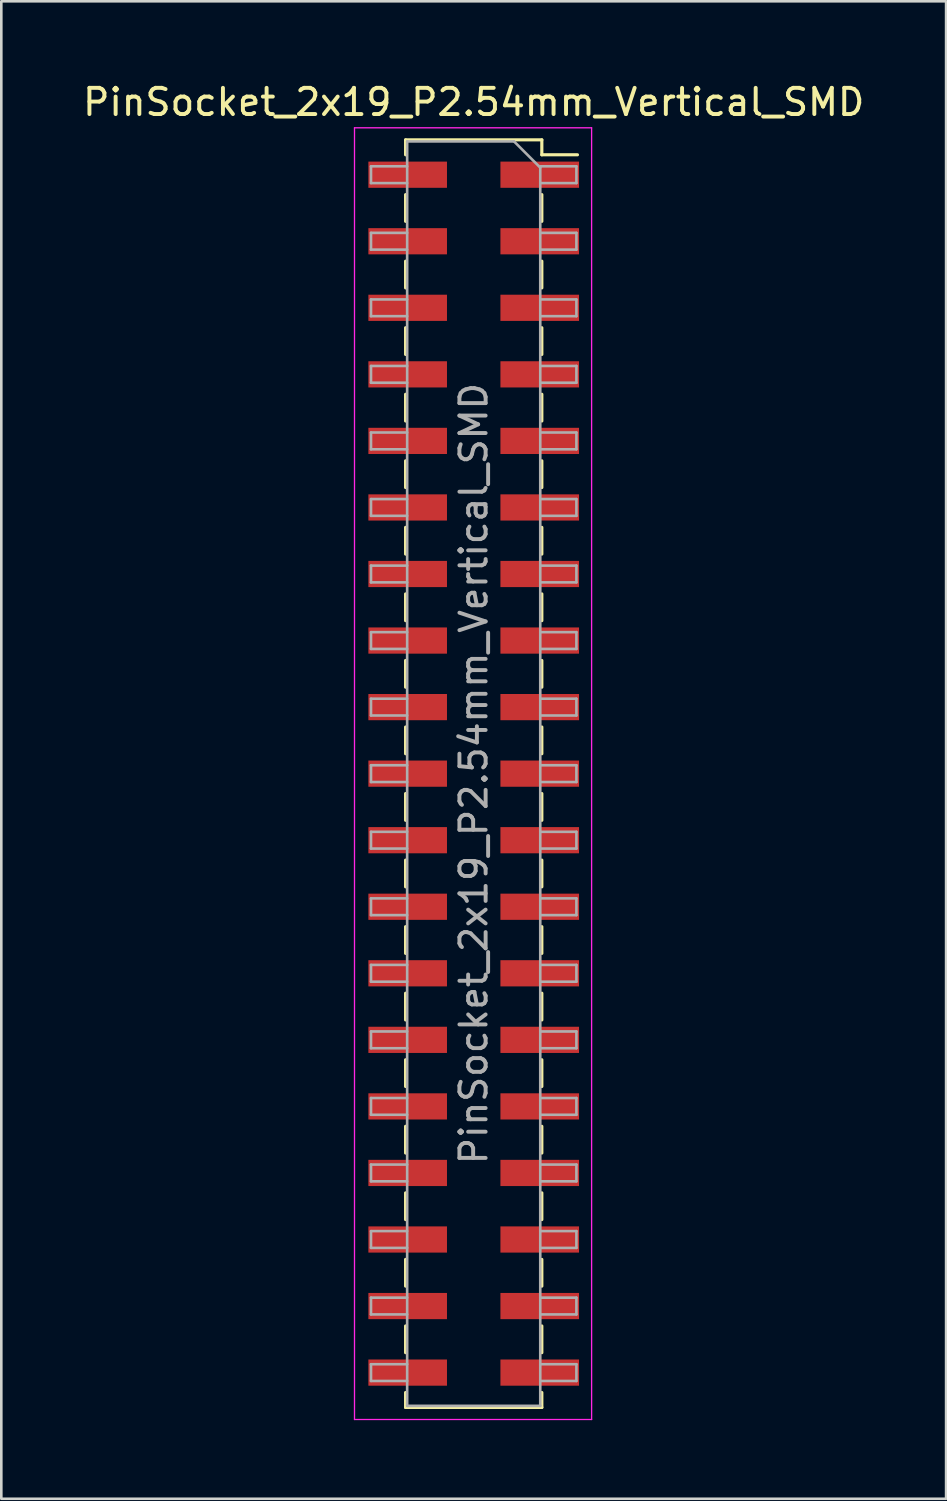
<source format=kicad_pcb>
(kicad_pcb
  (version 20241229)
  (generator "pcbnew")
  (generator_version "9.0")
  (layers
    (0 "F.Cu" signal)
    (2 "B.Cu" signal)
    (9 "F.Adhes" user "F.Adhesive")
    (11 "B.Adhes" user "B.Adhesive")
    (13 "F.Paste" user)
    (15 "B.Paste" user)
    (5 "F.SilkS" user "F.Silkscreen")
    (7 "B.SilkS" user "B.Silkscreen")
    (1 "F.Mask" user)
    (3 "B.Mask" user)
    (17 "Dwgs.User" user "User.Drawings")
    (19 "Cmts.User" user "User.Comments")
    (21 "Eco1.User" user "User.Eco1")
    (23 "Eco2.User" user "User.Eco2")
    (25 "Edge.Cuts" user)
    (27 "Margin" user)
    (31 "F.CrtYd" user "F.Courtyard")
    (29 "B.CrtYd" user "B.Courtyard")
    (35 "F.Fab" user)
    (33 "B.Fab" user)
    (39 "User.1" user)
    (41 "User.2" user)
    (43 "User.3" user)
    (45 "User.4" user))
  (footprint "PinSocket_2x19_P2.54mm_Vertical_SMD"
    (layer "F.Cu")
    (at 15.03 26.478)
    (property "Reference" "PinSocket_2x19_P2.54mm_Vertical_SMD" (at 0 -25.63 0) (layer "F.SilkS") (effects (font (size 1 1) (thickness 0.15))))
    (attr smd)
    (fp_line (start -2.6 -24.19) (end -2.6 -23.62) (stroke (width 0.12) (type solid)) (layer "F.SilkS"))
    (fp_line (start -2.6 -24.19) (end 2.6 -24.19) (stroke (width 0.12) (type solid)) (layer "F.SilkS"))
    (fp_line (start -2.6 -22.1) (end -2.6 -21.08) (stroke (width 0.12) (type solid)) (layer "F.SilkS"))
    (fp_line (start -2.6 -19.56) (end -2.6 -18.54) (stroke (width 0.12) (type solid)) (layer "F.SilkS"))
    (fp_line (start -2.6 -17.02) (end -2.6 -16) (stroke (width 0.12) (type solid)) (layer "F.SilkS"))
    (fp_line (start -2.6 -14.48) (end -2.6 -13.46) (stroke (width 0.12) (type solid)) (layer "F.SilkS"))
    (fp_line (start -2.6 -11.94) (end -2.6 -10.92) (stroke (width 0.12) (type solid)) (layer "F.SilkS"))
    (fp_line (start -2.6 -9.4) (end -2.6 -8.38) (stroke (width 0.12) (type solid)) (layer "F.SilkS"))
    (fp_line (start -2.6 -6.86) (end -2.6 -5.84) (stroke (width 0.12) (type solid)) (layer "F.SilkS"))
    (fp_line (start -2.6 -4.32) (end -2.6 -3.3) (stroke (width 0.12) (type solid)) (layer "F.SilkS"))
    (fp_line (start -2.6 -1.78) (end -2.6 -0.76) (stroke (width 0.12) (type solid)) (layer "F.SilkS"))
    (fp_line (start -2.6 0.76) (end -2.6 1.78) (stroke (width 0.12) (type solid)) (layer "F.SilkS"))
    (fp_line (start -2.6 3.3) (end -2.6 4.32) (stroke (width 0.12) (type solid)) (layer "F.SilkS"))
    (fp_line (start -2.6 5.84) (end -2.6 6.86) (stroke (width 0.12) (type solid)) (layer "F.SilkS"))
    (fp_line (start -2.6 8.38) (end -2.6 9.4) (stroke (width 0.12) (type solid)) (layer "F.SilkS"))
    (fp_line (start -2.6 10.92) (end -2.6 11.94) (stroke (width 0.12) (type solid)) (layer "F.SilkS"))
    (fp_line (start -2.6 13.46) (end -2.6 14.48) (stroke (width 0.12) (type solid)) (layer "F.SilkS"))
    (fp_line (start -2.6 16) (end -2.6 17.02) (stroke (width 0.12) (type solid)) (layer "F.SilkS"))
    (fp_line (start -2.6 18.54) (end -2.6 19.56) (stroke (width 0.12) (type solid)) (layer "F.SilkS"))
    (fp_line (start -2.6 21.08) (end -2.6 22.1) (stroke (width 0.12) (type solid)) (layer "F.SilkS"))
    (fp_line (start -2.6 23.62) (end -2.6 24.19) (stroke (width 0.12) (type solid)) (layer "F.SilkS"))
    (fp_line (start -2.6 24.19) (end 2.6 24.19) (stroke (width 0.12) (type solid)) (layer "F.SilkS"))
    (fp_line (start 2.6 -24.19) (end 2.6 -23.62) (stroke (width 0.12) (type solid)) (layer "F.SilkS"))
    (fp_line (start 2.6 -23.62) (end 3.96 -23.62) (stroke (width 0.12) (type solid)) (layer "F.SilkS"))
    (fp_line (start 2.6 -22.1) (end 2.6 -21.08) (stroke (width 0.12) (type solid)) (layer "F.SilkS"))
    (fp_line (start 2.6 -19.56) (end 2.6 -18.54) (stroke (width 0.12) (type solid)) (layer "F.SilkS"))
    (fp_line (start 2.6 -17.02) (end 2.6 -16) (stroke (width 0.12) (type solid)) (layer "F.SilkS"))
    (fp_line (start 2.6 -14.48) (end 2.6 -13.46) (stroke (width 0.12) (type solid)) (layer "F.SilkS"))
    (fp_line (start 2.6 -11.94) (end 2.6 -10.92) (stroke (width 0.12) (type solid)) (layer "F.SilkS"))
    (fp_line (start 2.6 -9.4) (end 2.6 -8.38) (stroke (width 0.12) (type solid)) (layer "F.SilkS"))
    (fp_line (start 2.6 -6.86) (end 2.6 -5.84) (stroke (width 0.12) (type solid)) (layer "F.SilkS"))
    (fp_line (start 2.6 -4.32) (end 2.6 -3.3) (stroke (width 0.12) (type solid)) (layer "F.SilkS"))
    (fp_line (start 2.6 -1.78) (end 2.6 -0.76) (stroke (width 0.12) (type solid)) (layer "F.SilkS"))
    (fp_line (start 2.6 0.76) (end 2.6 1.78) (stroke (width 0.12) (type solid)) (layer "F.SilkS"))
    (fp_line (start 2.6 3.3) (end 2.6 4.32) (stroke (width 0.12) (type solid)) (layer "F.SilkS"))
    (fp_line (start 2.6 5.84) (end 2.6 6.86) (stroke (width 0.12) (type solid)) (layer "F.SilkS"))
    (fp_line (start 2.6 8.38) (end 2.6 9.4) (stroke (width 0.12) (type solid)) (layer "F.SilkS"))
    (fp_line (start 2.6 10.92) (end 2.6 11.94) (stroke (width 0.12) (type solid)) (layer "F.SilkS"))
    (fp_line (start 2.6 13.46) (end 2.6 14.48) (stroke (width 0.12) (type solid)) (layer "F.SilkS"))
    (fp_line (start 2.6 16) (end 2.6 17.02) (stroke (width 0.12) (type solid)) (layer "F.SilkS"))
    (fp_line (start 2.6 18.54) (end 2.6 19.56) (stroke (width 0.12) (type solid)) (layer "F.SilkS"))
    (fp_line (start 2.6 21.08) (end 2.6 22.1) (stroke (width 0.12) (type solid)) (layer "F.SilkS"))
    (fp_line (start 2.6 23.62) (end 2.6 24.19) (stroke (width 0.12) (type solid)) (layer "F.SilkS"))
    (fp_line (start -4.55 -24.65) (end 4.5 -24.65) (stroke (width 0.05) (type solid)) (layer "F.CrtYd"))
    (fp_line (start -4.55 24.65) (end -4.55 -24.65) (stroke (width 0.05) (type solid)) (layer "F.CrtYd"))
    (fp_line (start 4.5 -24.65) (end 4.5 24.65) (stroke (width 0.05) (type solid)) (layer "F.CrtYd"))
    (fp_line (start 4.5 24.65) (end -4.55 24.65) (stroke (width 0.05) (type solid)) (layer "F.CrtYd"))
    (fp_line (start -3.92 -23.18) (end -2.54 -23.18) (stroke (width 0.1) (type solid)) (layer "F.Fab"))
    (fp_line (start -3.92 -22.54) (end -3.92 -23.18) (stroke (width 0.1) (type solid)) (layer "F.Fab"))
    (fp_line (start -3.92 -20.64) (end -2.54 -20.64) (stroke (width 0.1) (type solid)) (layer "F.Fab"))
    (fp_line (start -3.92 -20) (end -3.92 -20.64) (stroke (width 0.1) (type solid)) (layer "F.Fab"))
    (fp_line (start -3.92 -18.1) (end -2.54 -18.1) (stroke (width 0.1) (type solid)) (layer "F.Fab"))
    (fp_line (start -3.92 -17.46) (end -3.92 -18.1) (stroke (width 0.1) (type solid)) (layer "F.Fab"))
    (fp_line (start -3.92 -15.56) (end -2.54 -15.56) (stroke (width 0.1) (type solid)) (layer "F.Fab"))
    (fp_line (start -3.92 -14.92) (end -3.92 -15.56) (stroke (width 0.1) (type solid)) (layer "F.Fab"))
    (fp_line (start -3.92 -13.02) (end -2.54 -13.02) (stroke (width 0.1) (type solid)) (layer "F.Fab"))
    (fp_line (start -3.92 -12.38) (end -3.92 -13.02) (stroke (width 0.1) (type solid)) (layer "F.Fab"))
    (fp_line (start -3.92 -10.48) (end -2.54 -10.48) (stroke (width 0.1) (type solid)) (layer "F.Fab"))
    (fp_line (start -3.92 -9.84) (end -3.92 -10.48) (stroke (width 0.1) (type solid)) (layer "F.Fab"))
    (fp_line (start -3.92 -7.94) (end -2.54 -7.94) (stroke (width 0.1) (type solid)) (layer "F.Fab"))
    (fp_line (start -3.92 -7.3) (end -3.92 -7.94) (stroke (width 0.1) (type solid)) (layer "F.Fab"))
    (fp_line (start -3.92 -5.4) (end -2.54 -5.4) (stroke (width 0.1) (type solid)) (layer "F.Fab"))
    (fp_line (start -3.92 -4.76) (end -3.92 -5.4) (stroke (width 0.1) (type solid)) (layer "F.Fab"))
    (fp_line (start -3.92 -2.86) (end -2.54 -2.86) (stroke (width 0.1) (type solid)) (layer "F.Fab"))
    (fp_line (start -3.92 -2.22) (end -3.92 -2.86) (stroke (width 0.1) (type solid)) (layer "F.Fab"))
    (fp_line (start -3.92 -0.32) (end -2.54 -0.32) (stroke (width 0.1) (type solid)) (layer "F.Fab"))
    (fp_line (start -3.92 0.32) (end -3.92 -0.32) (stroke (width 0.1) (type solid)) (layer "F.Fab"))
    (fp_line (start -3.92 2.22) (end -2.54 2.22) (stroke (width 0.1) (type solid)) (layer "F.Fab"))
    (fp_line (start -3.92 2.86) (end -3.92 2.22) (stroke (width 0.1) (type solid)) (layer "F.Fab"))
    (fp_line (start -3.92 4.76) (end -2.54 4.76) (stroke (width 0.1) (type solid)) (layer "F.Fab"))
    (fp_line (start -3.92 5.4) (end -3.92 4.76) (stroke (width 0.1) (type solid)) (layer "F.Fab"))
    (fp_line (start -3.92 7.3) (end -2.54 7.3) (stroke (width 0.1) (type solid)) (layer "F.Fab"))
    (fp_line (start -3.92 7.94) (end -3.92 7.3) (stroke (width 0.1) (type solid)) (layer "F.Fab"))
    (fp_line (start -3.92 9.84) (end -2.54 9.84) (stroke (width 0.1) (type solid)) (layer "F.Fab"))
    (fp_line (start -3.92 10.48) (end -3.92 9.84) (stroke (width 0.1) (type solid)) (layer "F.Fab"))
    (fp_line (start -3.92 12.38) (end -2.54 12.38) (stroke (width 0.1) (type solid)) (layer "F.Fab"))
    (fp_line (start -3.92 13.02) (end -3.92 12.38) (stroke (width 0.1) (type solid)) (layer "F.Fab"))
    (fp_line (start -3.92 14.92) (end -2.54 14.92) (stroke (width 0.1) (type solid)) (layer "F.Fab"))
    (fp_line (start -3.92 15.56) (end -3.92 14.92) (stroke (width 0.1) (type solid)) (layer "F.Fab"))
    (fp_line (start -3.92 17.46) (end -2.54 17.46) (stroke (width 0.1) (type solid)) (layer "F.Fab"))
    (fp_line (start -3.92 18.1) (end -3.92 17.46) (stroke (width 0.1) (type solid)) (layer "F.Fab"))
    (fp_line (start -3.92 20) (end -2.54 20) (stroke (width 0.1) (type solid)) (layer "F.Fab"))
    (fp_line (start -3.92 20.64) (end -3.92 20) (stroke (width 0.1) (type solid)) (layer "F.Fab"))
    (fp_line (start -3.92 22.54) (end -2.54 22.54) (stroke (width 0.1) (type solid)) (layer "F.Fab"))
    (fp_line (start -3.92 23.18) (end -3.92 22.54) (stroke (width 0.1) (type solid)) (layer "F.Fab"))
    (fp_line (start -2.54 -24.13) (end 1.54 -24.13) (stroke (width 0.1) (type solid)) (layer "F.Fab"))
    (fp_line (start -2.54 -22.54) (end -3.92 -22.54) (stroke (width 0.1) (type solid)) (layer "F.Fab"))
    (fp_line (start -2.54 -20) (end -3.92 -20) (stroke (width 0.1) (type solid)) (layer "F.Fab"))
    (fp_line (start -2.54 -17.46) (end -3.92 -17.46) (stroke (width 0.1) (type solid)) (layer "F.Fab"))
    (fp_line (start -2.54 -14.92) (end -3.92 -14.92) (stroke (width 0.1) (type solid)) (layer "F.Fab"))
    (fp_line (start -2.54 -12.38) (end -3.92 -12.38) (stroke (width 0.1) (type solid)) (layer "F.Fab"))
    (fp_line (start -2.54 -9.84) (end -3.92 -9.84) (stroke (width 0.1) (type solid)) (layer "F.Fab"))
    (fp_line (start -2.54 -7.3) (end -3.92 -7.3) (stroke (width 0.1) (type solid)) (layer "F.Fab"))
    (fp_line (start -2.54 -4.76) (end -3.92 -4.76) (stroke (width 0.1) (type solid)) (layer "F.Fab"))
    (fp_line (start -2.54 -2.22) (end -3.92 -2.22) (stroke (width 0.1) (type solid)) (layer "F.Fab"))
    (fp_line (start -2.54 0.32) (end -3.92 0.32) (stroke (width 0.1) (type solid)) (layer "F.Fab"))
    (fp_line (start -2.54 2.86) (end -3.92 2.86) (stroke (width 0.1) (type solid)) (layer "F.Fab"))
    (fp_line (start -2.54 5.4) (end -3.92 5.4) (stroke (width 0.1) (type solid)) (layer "F.Fab"))
    (fp_line (start -2.54 7.94) (end -3.92 7.94) (stroke (width 0.1) (type solid)) (layer "F.Fab"))
    (fp_line (start -2.54 10.48) (end -3.92 10.48) (stroke (width 0.1) (type solid)) (layer "F.Fab"))
    (fp_line (start -2.54 13.02) (end -3.92 13.02) (stroke (width 0.1) (type solid)) (layer "F.Fab"))
    (fp_line (start -2.54 15.56) (end -3.92 15.56) (stroke (width 0.1) (type solid)) (layer "F.Fab"))
    (fp_line (start -2.54 18.1) (end -3.92 18.1) (stroke (width 0.1) (type solid)) (layer "F.Fab"))
    (fp_line (start -2.54 20.64) (end -3.92 20.64) (stroke (width 0.1) (type solid)) (layer "F.Fab"))
    (fp_line (start -2.54 23.18) (end -3.92 23.18) (stroke (width 0.1) (type solid)) (layer "F.Fab"))
    (fp_line (start -2.54 24.13) (end -2.54 -24.13) (stroke (width 0.1) (type solid)) (layer "F.Fab"))
    (fp_line (start 1.54 -24.13) (end 2.54 -23.13) (stroke (width 0.1) (type solid)) (layer "F.Fab"))
    (fp_line (start 2.54 -23.18) (end 3.92 -23.18) (stroke (width 0.1) (type solid)) (layer "F.Fab"))
    (fp_line (start 2.54 -23.13) (end 2.54 24.13) (stroke (width 0.1) (type solid)) (layer "F.Fab"))
    (fp_line (start 2.54 -20.64) (end 3.92 -20.64) (stroke (width 0.1) (type solid)) (layer "F.Fab"))
    (fp_line (start 2.54 -18.1) (end 3.92 -18.1) (stroke (width 0.1) (type solid)) (layer "F.Fab"))
    (fp_line (start 2.54 -15.56) (end 3.92 -15.56) (stroke (width 0.1) (type solid)) (layer "F.Fab"))
    (fp_line (start 2.54 -13.02) (end 3.92 -13.02) (stroke (width 0.1) (type solid)) (layer "F.Fab"))
    (fp_line (start 2.54 -10.48) (end 3.92 -10.48) (stroke (width 0.1) (type solid)) (layer "F.Fab"))
    (fp_line (start 2.54 -7.94) (end 3.92 -7.94) (stroke (width 0.1) (type solid)) (layer "F.Fab"))
    (fp_line (start 2.54 -5.4) (end 3.92 -5.4) (stroke (width 0.1) (type solid)) (layer "F.Fab"))
    (fp_line (start 2.54 -2.86) (end 3.92 -2.86) (stroke (width 0.1) (type solid)) (layer "F.Fab"))
    (fp_line (start 2.54 -0.32) (end 3.92 -0.32) (stroke (width 0.1) (type solid)) (layer "F.Fab"))
    (fp_line (start 2.54 2.22) (end 3.92 2.22) (stroke (width 0.1) (type solid)) (layer "F.Fab"))
    (fp_line (start 2.54 4.76) (end 3.92 4.76) (stroke (width 0.1) (type solid)) (layer "F.Fab"))
    (fp_line (start 2.54 7.3) (end 3.92 7.3) (stroke (width 0.1) (type solid)) (layer "F.Fab"))
    (fp_line (start 2.54 9.84) (end 3.92 9.84) (stroke (width 0.1) (type solid)) (layer "F.Fab"))
    (fp_line (start 2.54 12.38) (end 3.92 12.38) (stroke (width 0.1) (type solid)) (layer "F.Fab"))
    (fp_line (start 2.54 14.92) (end 3.92 14.92) (stroke (width 0.1) (type solid)) (layer "F.Fab"))
    (fp_line (start 2.54 17.46) (end 3.92 17.46) (stroke (width 0.1) (type solid)) (layer "F.Fab"))
    (fp_line (start 2.54 20) (end 3.92 20) (stroke (width 0.1) (type solid)) (layer "F.Fab"))
    (fp_line (start 2.54 22.54) (end 3.92 22.54) (stroke (width 0.1) (type solid)) (layer "F.Fab"))
    (fp_line (start 2.54 24.13) (end -2.54 24.13) (stroke (width 0.1) (type solid)) (layer "F.Fab"))
    (fp_line (start 3.92 -23.18) (end 3.92 -22.54) (stroke (width 0.1) (type solid)) (layer "F.Fab"))
    (fp_line (start 3.92 -22.54) (end 2.54 -22.54) (stroke (width 0.1) (type solid)) (layer "F.Fab"))
    (fp_line (start 3.92 -20.64) (end 3.92 -20) (stroke (width 0.1) (type solid)) (layer "F.Fab"))
    (fp_line (start 3.92 -20) (end 2.54 -20) (stroke (width 0.1) (type solid)) (layer "F.Fab"))
    (fp_line (start 3.92 -18.1) (end 3.92 -17.46) (stroke (width 0.1) (type solid)) (layer "F.Fab"))
    (fp_line (start 3.92 -17.46) (end 2.54 -17.46) (stroke (width 0.1) (type solid)) (layer "F.Fab"))
    (fp_line (start 3.92 -15.56) (end 3.92 -14.92) (stroke (width 0.1) (type solid)) (layer "F.Fab"))
    (fp_line (start 3.92 -14.92) (end 2.54 -14.92) (stroke (width 0.1) (type solid)) (layer "F.Fab"))
    (fp_line (start 3.92 -13.02) (end 3.92 -12.38) (stroke (width 0.1) (type solid)) (layer "F.Fab"))
    (fp_line (start 3.92 -12.38) (end 2.54 -12.38) (stroke (width 0.1) (type solid)) (layer "F.Fab"))
    (fp_line (start 3.92 -10.48) (end 3.92 -9.84) (stroke (width 0.1) (type solid)) (layer "F.Fab"))
    (fp_line (start 3.92 -9.84) (end 2.54 -9.84) (stroke (width 0.1) (type solid)) (layer "F.Fab"))
    (fp_line (start 3.92 -7.94) (end 3.92 -7.3) (stroke (width 0.1) (type solid)) (layer "F.Fab"))
    (fp_line (start 3.92 -7.3) (end 2.54 -7.3) (stroke (width 0.1) (type solid)) (layer "F.Fab"))
    (fp_line (start 3.92 -5.4) (end 3.92 -4.76) (stroke (width 0.1) (type solid)) (layer "F.Fab"))
    (fp_line (start 3.92 -4.76) (end 2.54 -4.76) (stroke (width 0.1) (type solid)) (layer "F.Fab"))
    (fp_line (start 3.92 -2.86) (end 3.92 -2.22) (stroke (width 0.1) (type solid)) (layer "F.Fab"))
    (fp_line (start 3.92 -2.22) (end 2.54 -2.22) (stroke (width 0.1) (type solid)) (layer "F.Fab"))
    (fp_line (start 3.92 -0.32) (end 3.92 0.32) (stroke (width 0.1) (type solid)) (layer "F.Fab"))
    (fp_line (start 3.92 0.32) (end 2.54 0.32) (stroke (width 0.1) (type solid)) (layer "F.Fab"))
    (fp_line (start 3.92 2.22) (end 3.92 2.86) (stroke (width 0.1) (type solid)) (layer "F.Fab"))
    (fp_line (start 3.92 2.86) (end 2.54 2.86) (stroke (width 0.1) (type solid)) (layer "F.Fab"))
    (fp_line (start 3.92 4.76) (end 3.92 5.4) (stroke (width 0.1) (type solid)) (layer "F.Fab"))
    (fp_line (start 3.92 5.4) (end 2.54 5.4) (stroke (width 0.1) (type solid)) (layer "F.Fab"))
    (fp_line (start 3.92 7.3) (end 3.92 7.94) (stroke (width 0.1) (type solid)) (layer "F.Fab"))
    (fp_line (start 3.92 7.94) (end 2.54 7.94) (stroke (width 0.1) (type solid)) (layer "F.Fab"))
    (fp_line (start 3.92 9.84) (end 3.92 10.48) (stroke (width 0.1) (type solid)) (layer "F.Fab"))
    (fp_line (start 3.92 10.48) (end 2.54 10.48) (stroke (width 0.1) (type solid)) (layer "F.Fab"))
    (fp_line (start 3.92 12.38) (end 3.92 13.02) (stroke (width 0.1) (type solid)) (layer "F.Fab"))
    (fp_line (start 3.92 13.02) (end 2.54 13.02) (stroke (width 0.1) (type solid)) (layer "F.Fab"))
    (fp_line (start 3.92 14.92) (end 3.92 15.56) (stroke (width 0.1) (type solid)) (layer "F.Fab"))
    (fp_line (start 3.92 15.56) (end 2.54 15.56) (stroke (width 0.1) (type solid)) (layer "F.Fab"))
    (fp_line (start 3.92 17.46) (end 3.92 18.1) (stroke (width 0.1) (type solid)) (layer "F.Fab"))
    (fp_line (start 3.92 18.1) (end 2.54 18.1) (stroke (width 0.1) (type solid)) (layer "F.Fab"))
    (fp_line (start 3.92 20) (end 3.92 20.64) (stroke (width 0.1) (type solid)) (layer "F.Fab"))
    (fp_line (start 3.92 20.64) (end 2.54 20.64) (stroke (width 0.1) (type solid)) (layer "F.Fab"))
    (fp_line (start 3.92 22.54) (end 3.92 23.18) (stroke (width 0.1) (type solid)) (layer "F.Fab"))
    (fp_line (start 3.92 23.18) (end 2.54 23.18) (stroke (width 0.1) (type solid)) (layer "F.Fab"))
    (fp_text user "${REFERENCE}" (at 0 0 90) (layer "F.Fab") (effects (font (size 1 1) (thickness 0.15))))
    (pad "1" smd rect (at 2.52 -22.86) (size 3 1) (layers "F.Cu" "F.Mask" "F.Paste"))
    (pad "2" smd rect (at -2.52 -22.86) (size 3 1) (layers "F.Cu" "F.Mask" "F.Paste"))
    (pad "3" smd rect (at 2.52 -20.32) (size 3 1) (layers "F.Cu" "F.Mask" "F.Paste"))
    (pad "4" smd rect (at -2.52 -20.32) (size 3 1) (layers "F.Cu" "F.Mask" "F.Paste"))
    (pad "5" smd rect (at 2.52 -17.78) (size 3 1) (layers "F.Cu" "F.Mask" "F.Paste"))
    (pad "6" smd rect (at -2.52 -17.78) (size 3 1) (layers "F.Cu" "F.Mask" "F.Paste"))
    (pad "7" smd rect (at 2.52 -15.24) (size 3 1) (layers "F.Cu" "F.Mask" "F.Paste"))
    (pad "8" smd rect (at -2.52 -15.24) (size 3 1) (layers "F.Cu" "F.Mask" "F.Paste"))
    (pad "9" smd rect (at 2.52 -12.7) (size 3 1) (layers "F.Cu" "F.Mask" "F.Paste"))
    (pad "10" smd rect (at -2.52 -12.7) (size 3 1) (layers "F.Cu" "F.Mask" "F.Paste"))
    (pad "11" smd rect (at 2.52 -10.16) (size 3 1) (layers "F.Cu" "F.Mask" "F.Paste"))
    (pad "12" smd rect (at -2.52 -10.16) (size 3 1) (layers "F.Cu" "F.Mask" "F.Paste"))
    (pad "13" smd rect (at 2.52 -7.62) (size 3 1) (layers "F.Cu" "F.Mask" "F.Paste"))
    (pad "14" smd rect (at -2.52 -7.62) (size 3 1) (layers "F.Cu" "F.Mask" "F.Paste"))
    (pad "15" smd rect (at 2.52 -5.08) (size 3 1) (layers "F.Cu" "F.Mask" "F.Paste"))
    (pad "16" smd rect (at -2.52 -5.08) (size 3 1) (layers "F.Cu" "F.Mask" "F.Paste"))
    (pad "17" smd rect (at 2.52 -2.54) (size 3 1) (layers "F.Cu" "F.Mask" "F.Paste"))
    (pad "18" smd rect (at -2.52 -2.54) (size 3 1) (layers "F.Cu" "F.Mask" "F.Paste"))
    (pad "19" smd rect (at 2.52 0) (size 3 1) (layers "F.Cu" "F.Mask" "F.Paste"))
    (pad "20" smd rect (at -2.52 0) (size 3 1) (layers "F.Cu" "F.Mask" "F.Paste"))
    (pad "21" smd rect (at 2.52 2.54) (size 3 1) (layers "F.Cu" "F.Mask" "F.Paste"))
    (pad "22" smd rect (at -2.52 2.54) (size 3 1) (layers "F.Cu" "F.Mask" "F.Paste"))
    (pad "23" smd rect (at 2.52 5.08) (size 3 1) (layers "F.Cu" "F.Mask" "F.Paste"))
    (pad "24" smd rect (at -2.52 5.08) (size 3 1) (layers "F.Cu" "F.Mask" "F.Paste"))
    (pad "25" smd rect (at 2.52 7.62) (size 3 1) (layers "F.Cu" "F.Mask" "F.Paste"))
    (pad "26" smd rect (at -2.52 7.62) (size 3 1) (layers "F.Cu" "F.Mask" "F.Paste"))
    (pad "27" smd rect (at 2.52 10.16) (size 3 1) (layers "F.Cu" "F.Mask" "F.Paste"))
    (pad "28" smd rect (at -2.52 10.16) (size 3 1) (layers "F.Cu" "F.Mask" "F.Paste"))
    (pad "29" smd rect (at 2.52 12.7) (size 3 1) (layers "F.Cu" "F.Mask" "F.Paste"))
    (pad "30" smd rect (at -2.52 12.7) (size 3 1) (layers "F.Cu" "F.Mask" "F.Paste"))
    (pad "31" smd rect (at 2.52 15.24) (size 3 1) (layers "F.Cu" "F.Mask" "F.Paste"))
    (pad "32" smd rect (at -2.52 15.24) (size 3 1) (layers "F.Cu" "F.Mask" "F.Paste"))
    (pad "33" smd rect (at 2.52 17.78) (size 3 1) (layers "F.Cu" "F.Mask" "F.Paste"))
    (pad "34" smd rect (at -2.52 17.78) (size 3 1) (layers "F.Cu" "F.Mask" "F.Paste"))
    (pad "35" smd rect (at 2.52 20.32) (size 3 1) (layers "F.Cu" "F.Mask" "F.Paste"))
    (pad "36" smd rect (at -2.52 20.32) (size 3 1) (layers "F.Cu" "F.Mask" "F.Paste"))
    (pad "37" smd rect (at 2.52 22.86) (size 3 1) (layers "F.Cu" "F.Mask" "F.Paste"))
    (pad "38" smd rect (at -2.52 22.86) (size 3 1) (layers "F.Cu" "F.Mask" "F.Paste")))
  (gr_rect
    (start -3 -3)
    (end 33.06 54.153)
    (stroke (width 0.1) (type default))
    (fill no)
    (layer "Edge.Cuts")))
</source>
